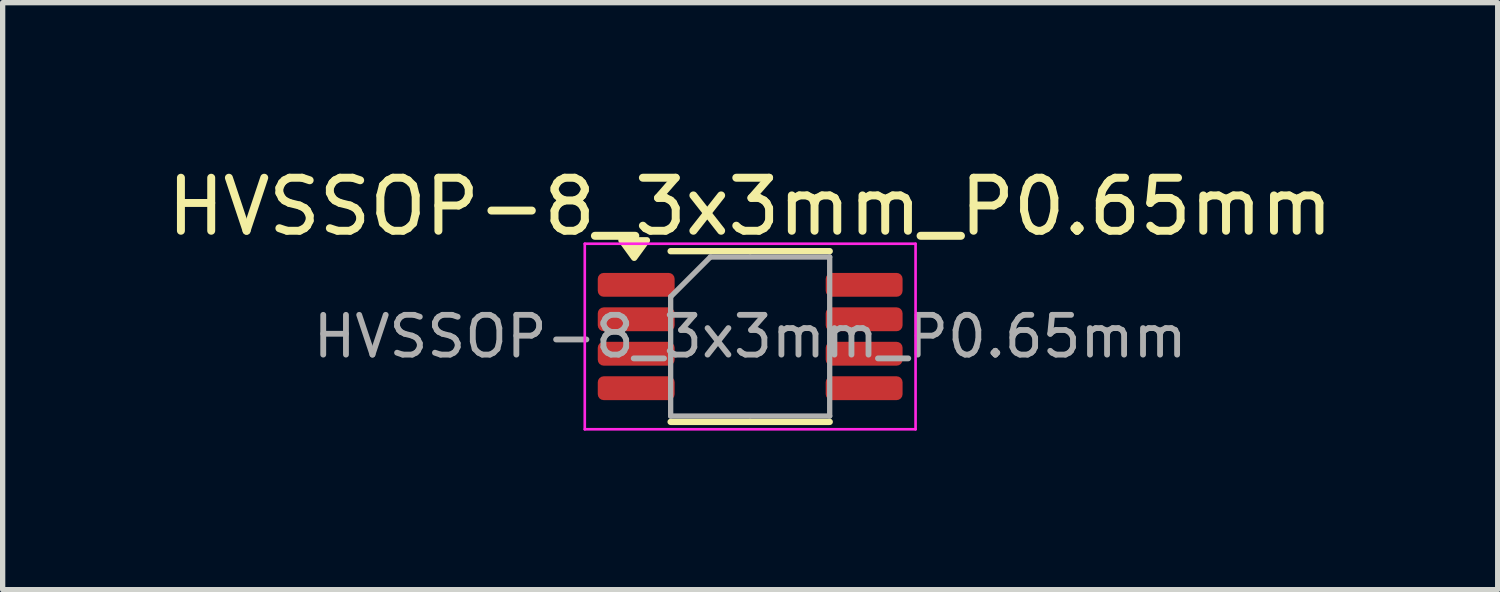
<source format=kicad_pcb>
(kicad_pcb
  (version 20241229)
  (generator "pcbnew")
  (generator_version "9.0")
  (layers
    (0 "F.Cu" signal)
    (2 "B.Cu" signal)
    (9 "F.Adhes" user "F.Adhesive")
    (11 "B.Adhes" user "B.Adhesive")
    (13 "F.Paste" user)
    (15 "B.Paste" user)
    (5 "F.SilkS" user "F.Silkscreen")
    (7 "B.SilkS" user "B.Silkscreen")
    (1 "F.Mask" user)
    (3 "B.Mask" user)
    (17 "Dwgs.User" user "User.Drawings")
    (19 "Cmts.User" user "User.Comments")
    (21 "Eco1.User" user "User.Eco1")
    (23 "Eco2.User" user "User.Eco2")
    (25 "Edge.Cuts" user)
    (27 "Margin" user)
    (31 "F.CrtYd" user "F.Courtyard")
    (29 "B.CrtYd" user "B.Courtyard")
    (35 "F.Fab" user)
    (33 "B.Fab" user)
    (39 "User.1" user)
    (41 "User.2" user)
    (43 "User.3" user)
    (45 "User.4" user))
  (footprint "HVSSOP-8_3x3mm_P0.65mm"
    (layer "F.Cu")
    (at 11.101 3.298)
    (property "Reference" "HVSSOP-8_3x3mm_P0.65mm" (at 0 -2.45 0) (layer "F.SilkS") (effects (font (size 1 1) (thickness 0.15))))
    (attr smd)
    (fp_line (start 0 -1.61) (end -1.5 -1.61) (stroke (width 0.12) (type solid)) (layer "F.SilkS"))
    (fp_line (start 0 -1.61) (end 1.5 -1.61) (stroke (width 0.12) (type solid)) (layer "F.SilkS"))
    (fp_line (start 0 1.61) (end -1.5 1.61) (stroke (width 0.12) (type solid)) (layer "F.SilkS"))
    (fp_line (start 0 1.61) (end 1.5 1.61) (stroke (width 0.12) (type solid)) (layer "F.SilkS"))
    (fp_poly (pts (xy -2.188 -1.485) (xy -2.428 -1.815) (xy -1.948 -1.815) (xy -2.188 -1.485)) (stroke (width 0.12) (type solid)) (fill yes) (layer "F.SilkS"))
    (fp_line (start -3.12 -1.75) (end -3.12 1.75) (stroke (width 0.05) (type solid)) (layer "F.CrtYd"))
    (fp_line (start -3.12 1.75) (end 3.12 1.75) (stroke (width 0.05) (type solid)) (layer "F.CrtYd"))
    (fp_line (start 3.12 -1.75) (end -3.12 -1.75) (stroke (width 0.05) (type solid)) (layer "F.CrtYd"))
    (fp_line (start 3.12 1.75) (end 3.12 -1.75) (stroke (width 0.05) (type solid)) (layer "F.CrtYd"))
    (fp_line (start -1.5 -0.75) (end -0.75 -1.5) (stroke (width 0.1) (type solid)) (layer "F.Fab"))
    (fp_line (start -1.5 1.5) (end -1.5 -0.75) (stroke (width 0.1) (type solid)) (layer "F.Fab"))
    (fp_line (start -0.75 -1.5) (end 1.5 -1.5) (stroke (width 0.1) (type solid)) (layer "F.Fab"))
    (fp_line (start 1.5 -1.5) (end 1.5 1.5) (stroke (width 0.1) (type solid)) (layer "F.Fab"))
    (fp_line (start 1.5 1.5) (end -1.5 1.5) (stroke (width 0.1) (type solid)) (layer "F.Fab"))
    (fp_text user "${REFERENCE}" (at 0 0 0) (layer "F.Fab") (effects (font (size 0.75 0.75) (thickness 0.11))))
    (pad "1" smd roundrect (at -2.15 -0.975) (size 1.45 0.45) (layers "F.Cu" "F.Mask" "F.Paste") (roundrect_rratio 0.25))
    (pad "2" smd roundrect (at -2.15 -0.325) (size 1.45 0.45) (layers "F.Cu" "F.Mask" "F.Paste") (roundrect_rratio 0.25))
    (pad "3" smd roundrect (at -2.15 0.325) (size 1.45 0.45) (layers "F.Cu" "F.Mask" "F.Paste") (roundrect_rratio 0.25))
    (pad "4" smd roundrect (at -2.15 0.975) (size 1.45 0.45) (layers "F.Cu" "F.Mask" "F.Paste") (roundrect_rratio 0.25))
    (pad "5" smd roundrect (at 2.15 0.975) (size 1.45 0.45) (layers "F.Cu" "F.Mask" "F.Paste") (roundrect_rratio 0.25))
    (pad "6" smd roundrect (at 2.15 0.325) (size 1.45 0.45) (layers "F.Cu" "F.Mask" "F.Paste") (roundrect_rratio 0.25))
    (pad "7" smd roundrect (at 2.15 -0.325) (size 1.45 0.45) (layers "F.Cu" "F.Mask" "F.Paste") (roundrect_rratio 0.25))
    (pad "8" smd roundrect (at 2.15 -0.975) (size 1.45 0.45) (layers "F.Cu" "F.Mask" "F.Paste") (roundrect_rratio 0.25)))
  (gr_rect
    (start -3 -3)
    (end 25.202 8.073)
    (stroke (width 0.1) (type default))
    (fill no)
    (layer "Edge.Cuts")))
</source>
